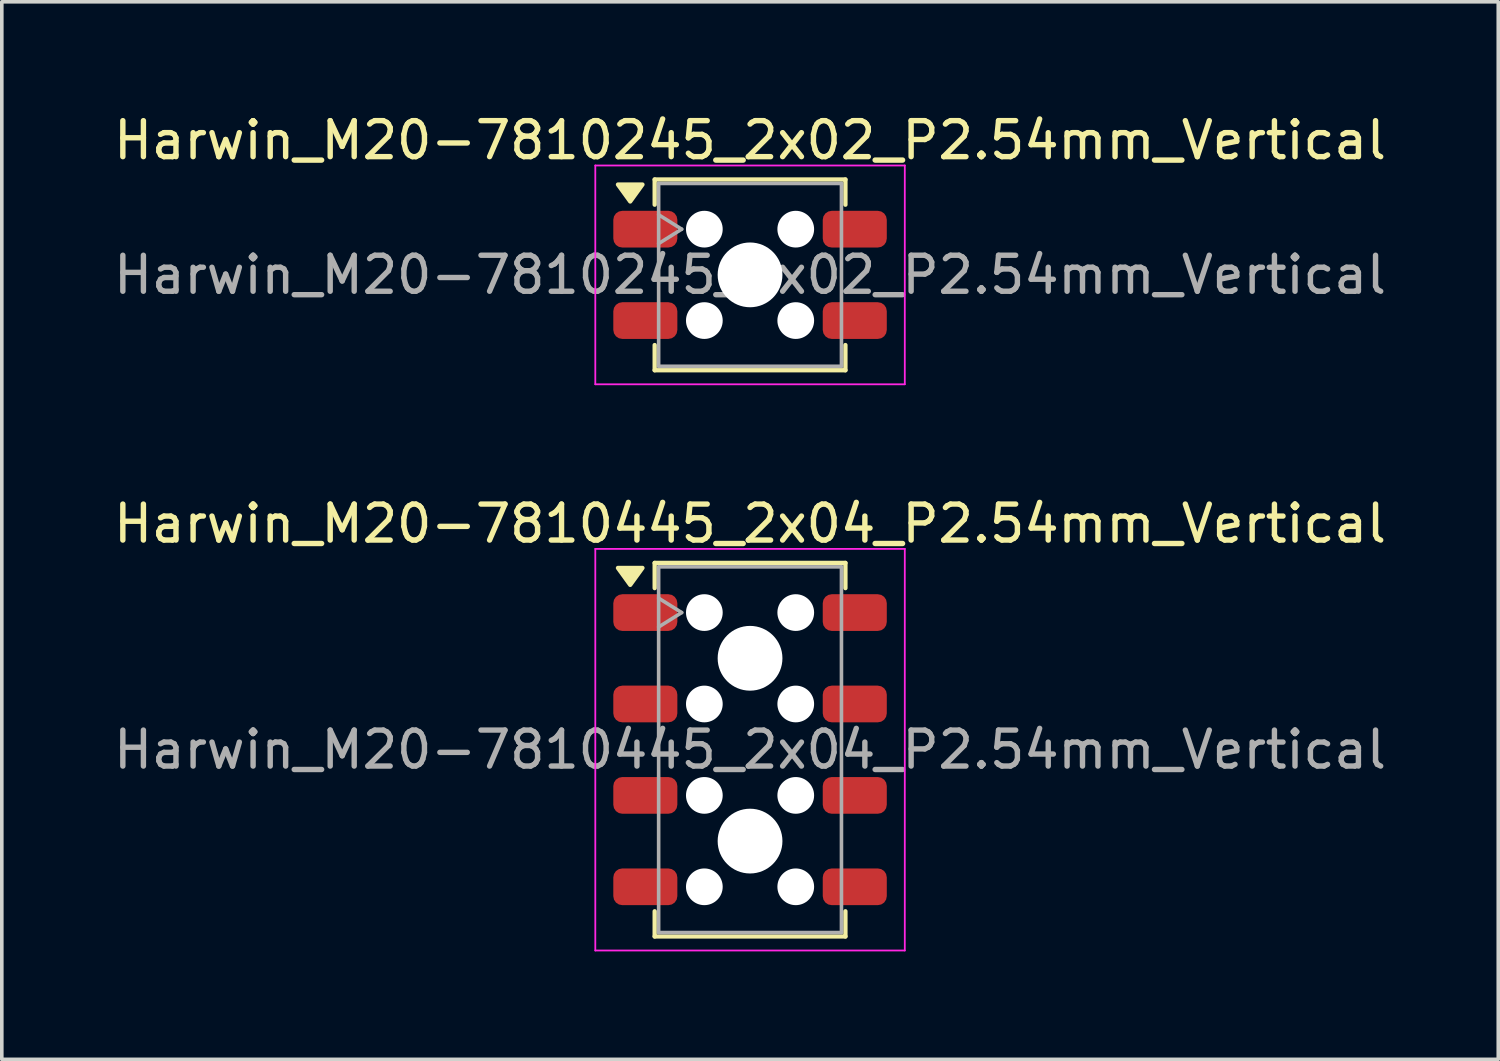
<source format=kicad_pcb>
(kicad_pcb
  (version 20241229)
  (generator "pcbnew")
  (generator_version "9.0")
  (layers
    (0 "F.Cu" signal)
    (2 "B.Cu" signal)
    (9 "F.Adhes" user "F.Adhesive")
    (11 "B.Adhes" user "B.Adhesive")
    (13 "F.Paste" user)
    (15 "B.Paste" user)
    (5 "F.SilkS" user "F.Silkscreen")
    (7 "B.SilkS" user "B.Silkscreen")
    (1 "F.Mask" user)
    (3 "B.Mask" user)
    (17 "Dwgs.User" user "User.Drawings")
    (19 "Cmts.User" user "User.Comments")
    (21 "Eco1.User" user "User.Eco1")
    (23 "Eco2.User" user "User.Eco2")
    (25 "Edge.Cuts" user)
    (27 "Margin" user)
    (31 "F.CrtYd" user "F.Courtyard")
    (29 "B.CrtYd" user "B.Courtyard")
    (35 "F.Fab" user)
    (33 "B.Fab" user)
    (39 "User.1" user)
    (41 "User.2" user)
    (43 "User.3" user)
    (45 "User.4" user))
  (footprint "Harwin_M20-7810245_2x02_P2.54mm_Vertical"
    (layer "F.Cu")
    (at 17.792 4.588)
    (property "Reference" "Harwin_M20-7810245_2x02_P2.54mm_Vertical" (at 0 -3.74 0) (layer "F.SilkS") (effects (font (size 1 1) (thickness 0.15))))
    (attr smd)
    (fp_line (start -2.65 -2.65) (end 2.65 -2.65) (stroke (width 0.12) (type solid)) (layer "F.SilkS"))
    (fp_line (start -2.65 -1.95) (end -2.65 -2.65) (stroke (width 0.12) (type solid)) (layer "F.SilkS"))
    (fp_line (start -2.65 1.95) (end -2.65 2.65) (stroke (width 0.12) (type solid)) (layer "F.SilkS"))
    (fp_line (start -2.65 2.65) (end 2.65 2.65) (stroke (width 0.12) (type solid)) (layer "F.SilkS"))
    (fp_line (start 2.65 -2.65) (end 2.65 -1.95) (stroke (width 0.12) (type solid)) (layer "F.SilkS"))
    (fp_line (start 2.65 2.65) (end 2.65 1.95) (stroke (width 0.12) (type solid)) (layer "F.SilkS"))
    (fp_poly (pts (xy -3.33 -2.04) (xy -3.67 -2.51) (xy -2.99 -2.51)) (stroke (width 0.12) (type solid)) (fill yes) (layer "F.SilkS"))
    (fp_line (start -4.3 -3.04) (end 4.3 -3.04) (stroke (width 0.05) (type solid)) (layer "F.CrtYd"))
    (fp_line (start -4.3 3.04) (end -4.3 -3.04) (stroke (width 0.05) (type solid)) (layer "F.CrtYd"))
    (fp_line (start 4.3 -3.04) (end 4.3 3.04) (stroke (width 0.05) (type solid)) (layer "F.CrtYd"))
    (fp_line (start 4.3 3.04) (end -4.3 3.04) (stroke (width 0.05) (type solid)) (layer "F.CrtYd"))
    (fp_line (start -2.54 -2.54) (end 2.54 -2.54) (stroke (width 0.1) (type solid)) (layer "F.Fab"))
    (fp_line (start -2.54 -1.67) (end -1.9 -1.27) (stroke (width 0.1) (type solid)) (layer "F.Fab"))
    (fp_line (start -2.54 2.54) (end -2.54 -2.54) (stroke (width 0.1) (type solid)) (layer "F.Fab"))
    (fp_line (start -1.9 -1.27) (end -2.54 -0.87) (stroke (width 0.1) (type solid)) (layer "F.Fab"))
    (fp_line (start 2.54 -2.54) (end 2.54 2.54) (stroke (width 0.1) (type solid)) (layer "F.Fab"))
    (fp_line (start 2.54 2.54) (end -2.54 2.54) (stroke (width 0.1) (type solid)) (layer "F.Fab"))
    (fp_text user "${REFERENCE}" (at 0 0 0) (layer "F.Fab") (effects (font (size 1 1) (thickness 0.15))))
    (pad "" np_thru_hole circle (at -1.27 -1.27) (size 1.02 1.02) (drill 1.02) (layers "*.Cu" "*.Mask"))
    (pad "" np_thru_hole circle (at -1.27 1.27) (size 1.02 1.02) (drill 1.02) (layers "*.Cu" "*.Mask"))
    (pad "" np_thru_hole circle (at 0 0) (size 1.8 1.8) (drill 1.8) (layers "*.Cu" "*.Mask"))
    (pad "" np_thru_hole circle (at 1.27 -1.27) (size 1.02 1.02) (drill 1.02) (layers "*.Cu" "*.Mask"))
    (pad "" np_thru_hole circle (at 1.27 1.27) (size 1.02 1.02) (drill 1.02) (layers "*.Cu" "*.Mask"))
    (pad "1" smd roundrect (at -2.91 -1.27) (size 1.78 1.02) (layers "F.Cu" "F.Mask" "F.Paste") (roundrect_rratio 0.245))
    (pad "2" smd roundrect (at -2.91 1.27) (size 1.78 1.02) (layers "F.Cu" "F.Mask" "F.Paste") (roundrect_rratio 0.245))
    (pad "3" smd roundrect (at 2.91 -1.27) (size 1.78 1.02) (layers "F.Cu" "F.Mask" "F.Paste") (roundrect_rratio 0.245))
    (pad "4" smd roundrect (at 2.91 1.27) (size 1.78 1.02) (layers "F.Cu" "F.Mask" "F.Paste") (roundrect_rratio 0.245)))
  (footprint "Harwin_M20-7810445_2x04_P2.54mm_Vertical"
    (layer "F.Cu")
    (at 17.792 17.782)
    (property "Reference" "Harwin_M20-7810445_2x04_P2.54mm_Vertical" (at 0 -6.28 0) (layer "F.SilkS") (effects (font (size 1 1) (thickness 0.15))))
    (attr smd)
    (fp_line (start -2.65 -5.19) (end 2.65 -5.19) (stroke (width 0.12) (type solid)) (layer "F.SilkS"))
    (fp_line (start -2.65 -4.49) (end -2.65 -5.19) (stroke (width 0.12) (type solid)) (layer "F.SilkS"))
    (fp_line (start -2.65 4.49) (end -2.65 5.19) (stroke (width 0.12) (type solid)) (layer "F.SilkS"))
    (fp_line (start -2.65 5.19) (end 2.65 5.19) (stroke (width 0.12) (type solid)) (layer "F.SilkS"))
    (fp_line (start 2.65 -5.19) (end 2.65 -4.49) (stroke (width 0.12) (type solid)) (layer "F.SilkS"))
    (fp_line (start 2.65 5.19) (end 2.65 4.49) (stroke (width 0.12) (type solid)) (layer "F.SilkS"))
    (fp_poly (pts (xy -3.33 -4.58) (xy -3.67 -5.05) (xy -2.99 -5.05)) (stroke (width 0.12) (type solid)) (fill yes) (layer "F.SilkS"))
    (fp_line (start -4.3 -5.58) (end 4.3 -5.58) (stroke (width 0.05) (type solid)) (layer "F.CrtYd"))
    (fp_line (start -4.3 5.58) (end -4.3 -5.58) (stroke (width 0.05) (type solid)) (layer "F.CrtYd"))
    (fp_line (start 4.3 -5.58) (end 4.3 5.58) (stroke (width 0.05) (type solid)) (layer "F.CrtYd"))
    (fp_line (start 4.3 5.58) (end -4.3 5.58) (stroke (width 0.05) (type solid)) (layer "F.CrtYd"))
    (fp_line (start -2.54 -5.08) (end 2.54 -5.08) (stroke (width 0.1) (type solid)) (layer "F.Fab"))
    (fp_line (start -2.54 -4.21) (end -1.9 -3.81) (stroke (width 0.1) (type solid)) (layer "F.Fab"))
    (fp_line (start -2.54 5.08) (end -2.54 -5.08) (stroke (width 0.1) (type solid)) (layer "F.Fab"))
    (fp_line (start -1.9 -3.81) (end -2.54 -3.41) (stroke (width 0.1) (type solid)) (layer "F.Fab"))
    (fp_line (start 2.54 -5.08) (end 2.54 5.08) (stroke (width 0.1) (type solid)) (layer "F.Fab"))
    (fp_line (start 2.54 5.08) (end -2.54 5.08) (stroke (width 0.1) (type solid)) (layer "F.Fab"))
    (fp_text user "${REFERENCE}" (at 0 0 0) (layer "F.Fab") (effects (font (size 1 1) (thickness 0.15))))
    (pad "" np_thru_hole circle (at -1.27 -3.81) (size 1.02 1.02) (drill 1.02) (layers "*.Cu" "*.Mask"))
    (pad "" np_thru_hole circle (at -1.27 -1.27) (size 1.02 1.02) (drill 1.02) (layers "*.Cu" "*.Mask"))
    (pad "" np_thru_hole circle (at -1.27 1.27) (size 1.02 1.02) (drill 1.02) (layers "*.Cu" "*.Mask"))
    (pad "" np_thru_hole circle (at -1.27 3.81) (size 1.02 1.02) (drill 1.02) (layers "*.Cu" "*.Mask"))
    (pad "" np_thru_hole circle (at 0 -2.54) (size 1.8 1.8) (drill 1.8) (layers "*.Cu" "*.Mask"))
    (pad "" np_thru_hole circle (at 0 2.54) (size 1.8 1.8) (drill 1.8) (layers "*.Cu" "*.Mask"))
    (pad "" np_thru_hole circle (at 1.27 -3.81) (size 1.02 1.02) (drill 1.02) (layers "*.Cu" "*.Mask"))
    (pad "" np_thru_hole circle (at 1.27 -1.27) (size 1.02 1.02) (drill 1.02) (layers "*.Cu" "*.Mask"))
    (pad "" np_thru_hole circle (at 1.27 1.27) (size 1.02 1.02) (drill 1.02) (layers "*.Cu" "*.Mask"))
    (pad "" np_thru_hole circle (at 1.27 3.81) (size 1.02 1.02) (drill 1.02) (layers "*.Cu" "*.Mask"))
    (pad "1" smd roundrect (at -2.91 -3.81) (size 1.78 1.02) (layers "F.Cu" "F.Mask" "F.Paste") (roundrect_rratio 0.245))
    (pad "2" smd roundrect (at -2.91 -1.27) (size 1.78 1.02) (layers "F.Cu" "F.Mask" "F.Paste") (roundrect_rratio 0.245))
    (pad "3" smd roundrect (at -2.91 1.27) (size 1.78 1.02) (layers "F.Cu" "F.Mask" "F.Paste") (roundrect_rratio 0.245))
    (pad "4" smd roundrect (at -2.91 3.81) (size 1.78 1.02) (layers "F.Cu" "F.Mask" "F.Paste") (roundrect_rratio 0.245))
    (pad "5" smd roundrect (at 2.91 -3.81) (size 1.78 1.02) (layers "F.Cu" "F.Mask" "F.Paste") (roundrect_rratio 0.245))
    (pad "6" smd roundrect (at 2.91 -1.27) (size 1.78 1.02) (layers "F.Cu" "F.Mask" "F.Paste") (roundrect_rratio 0.245))
    (pad "7" smd roundrect (at 2.91 1.27) (size 1.78 1.02) (layers "F.Cu" "F.Mask" "F.Paste") (roundrect_rratio 0.245))
    (pad "8" smd roundrect (at 2.91 3.81) (size 1.78 1.02) (layers "F.Cu" "F.Mask" "F.Paste") (roundrect_rratio 0.245)))
  (gr_rect
    (start -3 -3)
    (end 38.583 26.387)
    (stroke (width 0.1) (type default))
    (fill no)
    (layer "Edge.Cuts")))
</source>
